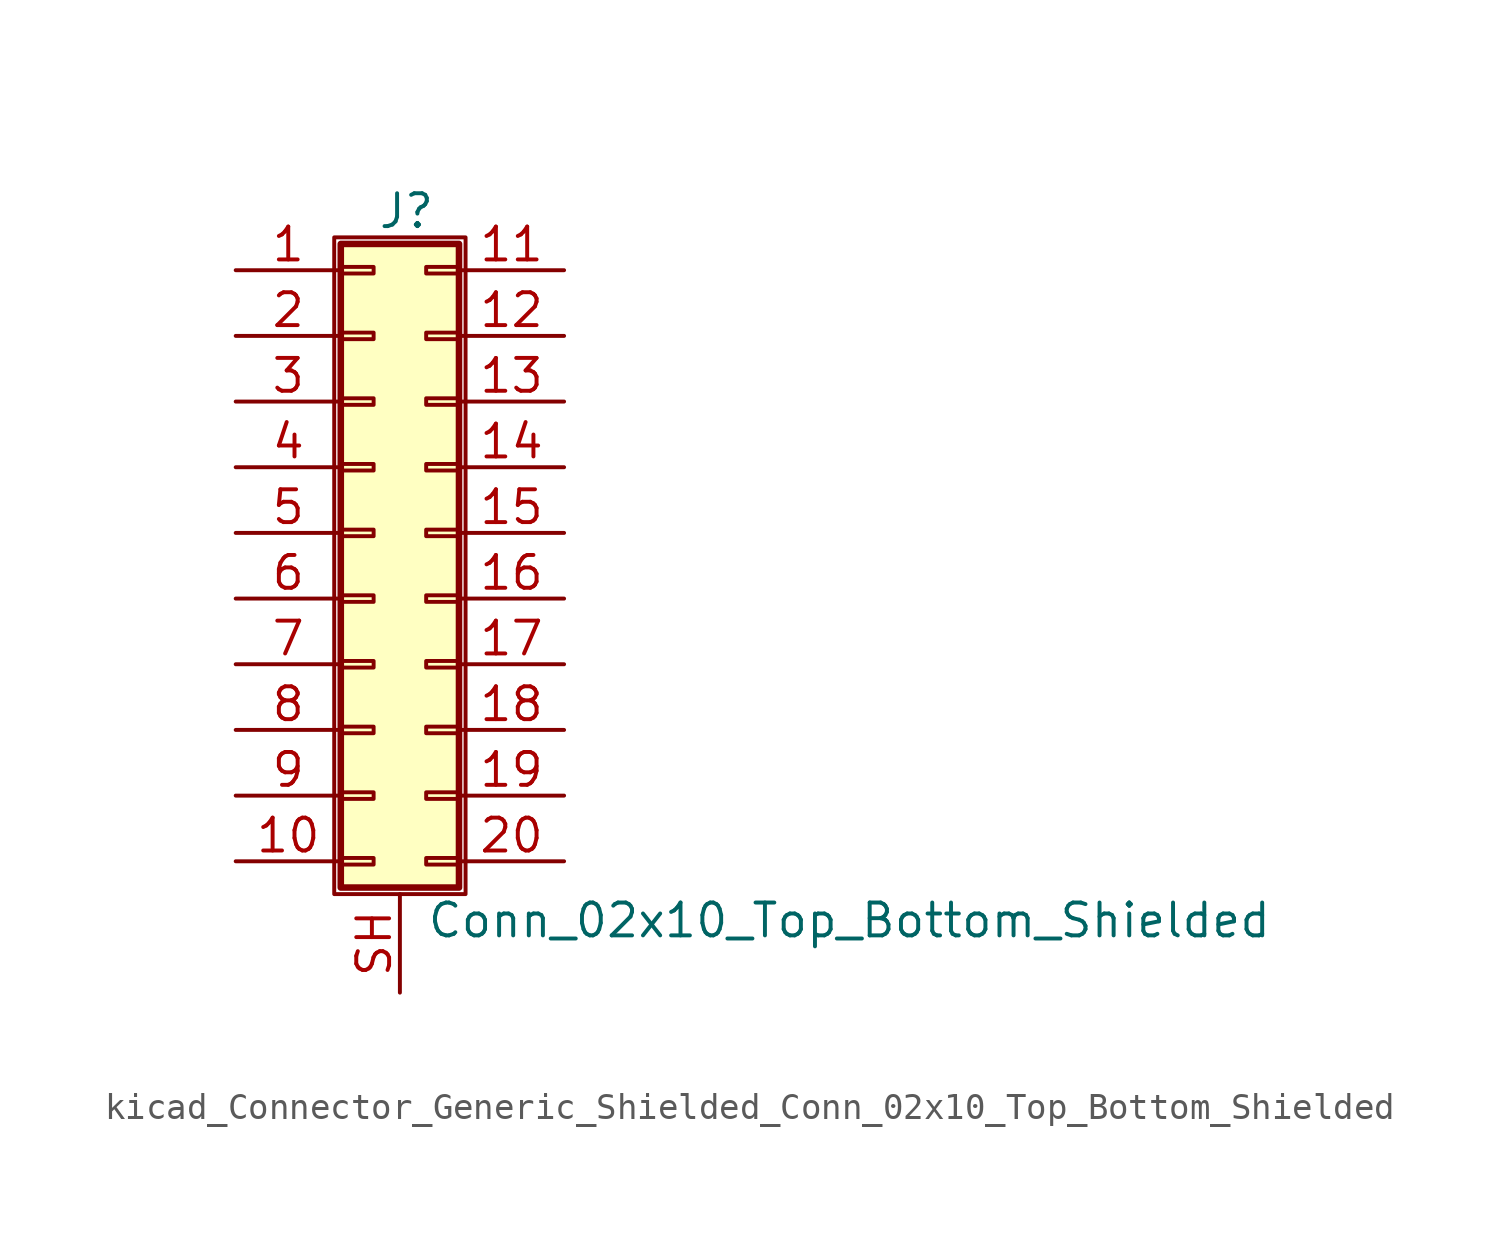
<source format=kicad_sym>
(kicad_symbol_lib
  (version 20220914)
  (generator kicad_symbol_editor)
  (symbol "kicad_Connector_Generic_Shielded_Conn_02x10_Top_Bottom_Shielded"
    (pin_names
      (offset 1.016) hide)
    (property "Reference" "J"
      (at 1.524 12.446 0)
      (effects (font (size 1.27 1.27))))
    (property "Value" "Conn_02x10_Top_Bottom_Shielded"
      (at 2.286 -14.986 0)
      (effects (font (size 1.27 1.27)) (justify left)))
    (symbol "kicad_Connector_Generic_Shielded_Conn_02x10_Top_Bottom_Shielded_1_1"
      (rectangle (start -1.27 11.43) (end 3.81 -13.97) (stroke (width 0.152) (type default)) (fill (type none)))
      (rectangle (start -1.016 -12.573) (end 0.254 -12.827) (stroke (width 0.152) (type default)) (fill (type none)))
      (rectangle (start -1.016 -10.033) (end 0.254 -10.287) (stroke (width 0.152) (type default)) (fill (type none)))
      (rectangle (start -1.016 -7.493) (end 0.254 -7.747) (stroke (width 0.152) (type default)) (fill (type none)))
      (rectangle (start -1.016 -4.953) (end 0.254 -5.207) (stroke (width 0.152) (type default)) (fill (type none)))
      (rectangle (start -1.016 -2.413) (end 0.254 -2.667) (stroke (width 0.152) (type default)) (fill (type none)))
      (rectangle (start -1.016 0.127) (end 0.254 -0.127) (stroke (width 0.152) (type default)) (fill (type none)))
      (rectangle (start -1.016 2.667) (end 0.254 2.413) (stroke (width 0.152) (type default)) (fill (type none)))
      (rectangle (start -1.016 5.207) (end 0.254 4.953) (stroke (width 0.152) (type default)) (fill (type none)))
      (rectangle (start -1.016 7.747) (end 0.254 7.493) (stroke (width 0.152) (type default)) (fill (type none)))
      (rectangle (start -1.016 10.287) (end 0.254 10.033) (stroke (width 0.152) (type default)) (fill (type none)))
      (rectangle (start -1.016 11.176) (end 3.556 -13.716) (stroke (width 0.254) (type default)) (fill (type background)))
      (rectangle (start 3.556 -12.573) (end 2.286 -12.827) (stroke (width 0.152) (type default)) (fill (type none)))
      (rectangle (start 3.556 -10.033) (end 2.286 -10.287) (stroke (width 0.152) (type default)) (fill (type none)))
      (rectangle (start 3.556 -7.493) (end 2.286 -7.747) (stroke (width 0.152) (type default)) (fill (type none)))
      (rectangle (start 3.556 -4.953) (end 2.286 -5.207) (stroke (width 0.152) (type default)) (fill (type none)))
      (rectangle (start 3.556 -2.413) (end 2.286 -2.667) (stroke (width 0.152) (type default)) (fill (type none)))
      (rectangle (start 3.556 0.127) (end 2.286 -0.127) (stroke (width 0.152) (type default)) (fill (type none)))
      (rectangle (start 3.556 2.667) (end 2.286 2.413) (stroke (width 0.152) (type default)) (fill (type none)))
      (rectangle (start 3.556 5.207) (end 2.286 4.953) (stroke (width 0.152) (type default)) (fill (type none)))
      (rectangle (start 3.556 7.747) (end 2.286 7.493) (stroke (width 0.152) (type default)) (fill (type none)))
      (rectangle (start 3.556 10.287) (end 2.286 10.033) (stroke (width 0.152) (type default)) (fill (type none)))
      (pin passive line (at -5.08 10.16 0) (length 4.064) (name "Pin_1" (effects (font (size 1.27 1.27)))) (number "1" (effects (font (size 1.27 1.27)))))
      (pin passive line (at -5.08 -12.7 0) (length 4.064) (name "Pin_10" (effects (font (size 1.27 1.27)))) (number "10" (effects (font (size 1.27 1.27)))))
      (pin passive line (at 7.62 10.16 180) (length 4.064) (name "Pin_11" (effects (font (size 1.27 1.27)))) (number "11" (effects (font (size 1.27 1.27)))))
      (pin passive line (at 7.62 7.62 180) (length 4.064) (name "Pin_12" (effects (font (size 1.27 1.27)))) (number "12" (effects (font (size 1.27 1.27)))))
      (pin passive line (at 7.62 5.08 180) (length 4.064) (name "Pin_13" (effects (font (size 1.27 1.27)))) (number "13" (effects (font (size 1.27 1.27)))))
      (pin passive line (at 7.62 2.54 180) (length 4.064) (name "Pin_14" (effects (font (size 1.27 1.27)))) (number "14" (effects (font (size 1.27 1.27)))))
      (pin passive line (at 7.62 0 180) (length 4.064) (name "Pin_15" (effects (font (size 1.27 1.27)))) (number "15" (effects (font (size 1.27 1.27)))))
      (pin passive line (at 7.62 -2.54 180) (length 4.064) (name "Pin_16" (effects (font (size 1.27 1.27)))) (number "16" (effects (font (size 1.27 1.27)))))
      (pin passive line (at 7.62 -5.08 180) (length 4.064) (name "Pin_17" (effects (font (size 1.27 1.27)))) (number "17" (effects (font (size 1.27 1.27)))))
      (pin passive line (at 7.62 -7.62 180) (length 4.064) (name "Pin_18" (effects (font (size 1.27 1.27)))) (number "18" (effects (font (size 1.27 1.27)))))
      (pin passive line (at 7.62 -10.16 180) (length 4.064) (name "Pin_19" (effects (font (size 1.27 1.27)))) (number "19" (effects (font (size 1.27 1.27)))))
      (pin passive line (at -5.08 7.62 0) (length 4.064) (name "Pin_2" (effects (font (size 1.27 1.27)))) (number "2" (effects (font (size 1.27 1.27)))))
      (pin passive line (at 7.62 -12.7 180) (length 4.064) (name "Pin_20" (effects (font (size 1.27 1.27)))) (number "20" (effects (font (size 1.27 1.27)))))
      (pin passive line (at -5.08 5.08 0) (length 4.064) (name "Pin_3" (effects (font (size 1.27 1.27)))) (number "3" (effects (font (size 1.27 1.27)))))
      (pin passive line (at -5.08 2.54 0) (length 4.064) (name "Pin_4" (effects (font (size 1.27 1.27)))) (number "4" (effects (font (size 1.27 1.27)))))
      (pin passive line (at -5.08 0 0) (length 4.064) (name "Pin_5" (effects (font (size 1.27 1.27)))) (number "5" (effects (font (size 1.27 1.27)))))
      (pin passive line (at -5.08 -2.54 0) (length 4.064) (name "Pin_6" (effects (font (size 1.27 1.27)))) (number "6" (effects (font (size 1.27 1.27)))))
      (pin passive line (at -5.08 -5.08 0) (length 4.064) (name "Pin_7" (effects (font (size 1.27 1.27)))) (number "7" (effects (font (size 1.27 1.27)))))
      (pin passive line (at -5.08 -7.62 0) (length 4.064) (name "Pin_8" (effects (font (size 1.27 1.27)))) (number "8" (effects (font (size 1.27 1.27)))))
      (pin passive line (at -5.08 -10.16 0) (length 4.064) (name "Pin_9" (effects (font (size 1.27 1.27)))) (number "9" (effects (font (size 1.27 1.27)))))
      (pin passive line (at 1.27 -17.78 90) (length 3.81) (name "Shield" (effects (font (size 1.27 1.27)))) (number "SH" (effects (font (size 1.27 1.27))))))))
</source>
